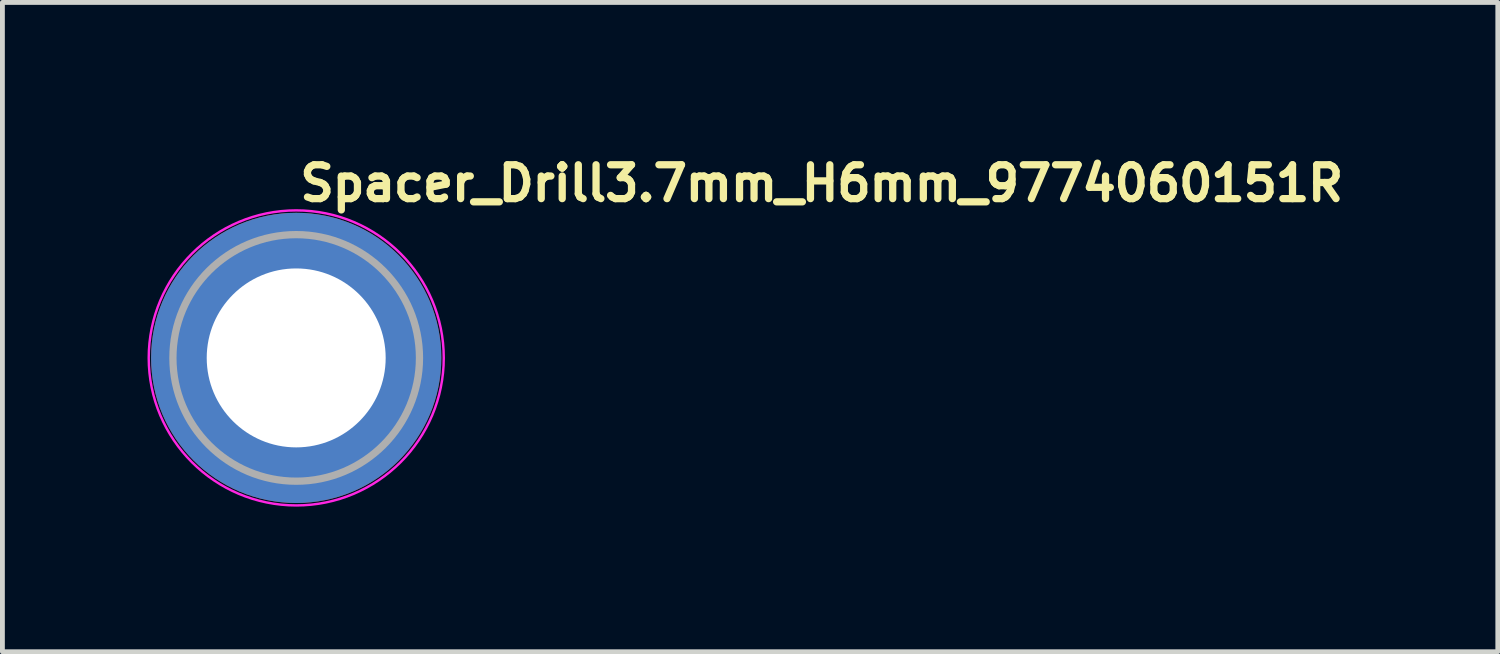
<source format=kicad_pcb>
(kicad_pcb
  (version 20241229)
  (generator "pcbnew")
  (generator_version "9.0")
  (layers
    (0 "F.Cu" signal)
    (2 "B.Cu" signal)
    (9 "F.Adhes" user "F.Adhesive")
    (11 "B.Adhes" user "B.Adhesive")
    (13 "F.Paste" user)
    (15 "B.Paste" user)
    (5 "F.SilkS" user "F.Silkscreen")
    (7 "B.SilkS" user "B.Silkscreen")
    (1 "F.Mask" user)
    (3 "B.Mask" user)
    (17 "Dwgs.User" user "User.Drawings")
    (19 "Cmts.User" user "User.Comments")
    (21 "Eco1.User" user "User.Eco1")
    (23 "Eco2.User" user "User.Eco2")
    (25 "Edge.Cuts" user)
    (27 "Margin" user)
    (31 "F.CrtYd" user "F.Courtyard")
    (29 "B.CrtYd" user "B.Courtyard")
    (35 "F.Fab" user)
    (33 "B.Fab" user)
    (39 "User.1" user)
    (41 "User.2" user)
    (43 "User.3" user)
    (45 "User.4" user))
  (footprint "Spacer_Drill3.7mm_H6mm_9774060151R"
    (layer "F.Cu")
    (at 3.075 4.35)
    (property "Reference" "Spacer_Drill3.7mm_H6mm_9774060151R" (at 0 -3.2 0) (layer "F.SilkS") (effects (font (size 0.7 0.7) (thickness 0.15)) (justify left bottom)))
    (attr smd)
    (fp_circle (center 0 0) (end 3.05 0) (stroke (width 0.05) (type solid)) (fill no) (layer "F.CrtYd"))
    (fp_circle (center -0.001 0) (end 2.548 0) (stroke (width 0.15) (type solid)) (fill no) (layer "F.Fab"))
    (fp_circle (center 0 0) (end 2.6 0) (stroke (width 0.12) (type solid)) (fill no) (layer "User.5"))
    (fp_line (start -2.551 0) (end -2.551 0) (stroke (width 0.02) (type solid)) (layer "User.9"))
    (fp_line (start -2.551 0) (end -2.548 0.131) (stroke (width 0.02) (type solid)) (layer "User.9"))
    (fp_line (start -2.548 -0.133) (end -2.551 0) (stroke (width 0.02) (type solid)) (layer "User.9"))
    (fp_line (start -2.548 0.131) (end -2.537 0.26) (stroke (width 0.02) (type solid)) (layer "User.9"))
    (fp_line (start -2.537 -0.262) (end -2.548 -0.133) (stroke (width 0.02) (type solid)) (layer "User.9"))
    (fp_line (start -2.537 0.26) (end -2.521 0.388) (stroke (width 0.02) (type solid)) (layer "User.9"))
    (fp_line (start -2.521 -0.39) (end -2.537 -0.262) (stroke (width 0.02) (type solid)) (layer "User.9"))
    (fp_line (start -2.521 0.388) (end -2.5 0.513) (stroke (width 0.02) (type solid)) (layer "User.9"))
    (fp_line (start -2.5 -0.515) (end -2.521 -0.39) (stroke (width 0.02) (type solid)) (layer "User.9"))
    (fp_line (start -2.5 0.513) (end -2.471 0.636) (stroke (width 0.02) (type solid)) (layer "User.9"))
    (fp_line (start -2.471 -0.638) (end -2.5 -0.515) (stroke (width 0.02) (type solid)) (layer "User.9"))
    (fp_line (start -2.471 0.636) (end -2.436 0.757) (stroke (width 0.02) (type solid)) (layer "User.9"))
    (fp_line (start -2.436 -0.759) (end -2.471 -0.638) (stroke (width 0.02) (type solid)) (layer "User.9"))
    (fp_line (start -2.436 0.757) (end -2.396 0.875) (stroke (width 0.02) (type solid)) (layer "User.9"))
    (fp_line (start -2.396 -0.877) (end -2.436 -0.759) (stroke (width 0.02) (type solid)) (layer "User.9"))
    (fp_line (start -2.396 0.875) (end -2.351 0.991) (stroke (width 0.02) (type solid)) (layer "User.9"))
    (fp_line (start -2.351 -0.993) (end -2.396 -0.877) (stroke (width 0.02) (type solid)) (layer "User.9"))
    (fp_line (start -2.351 0.991) (end -2.3 1.104) (stroke (width 0.02) (type solid)) (layer "User.9"))
    (fp_line (start -2.3 -1.107) (end -2.351 -0.993) (stroke (width 0.02) (type solid)) (layer "User.9"))
    (fp_line (start -2.3 1.104) (end -2.244 1.215) (stroke (width 0.02) (type solid)) (layer "User.9"))
    (fp_line (start -2.244 -1.216) (end -2.3 -1.107) (stroke (width 0.02) (type solid)) (layer "User.9"))
    (fp_line (start -2.244 1.215) (end -2.181 1.322) (stroke (width 0.02) (type solid)) (layer "User.9"))
    (fp_line (start -2.181 -1.323) (end -2.244 -1.216) (stroke (width 0.02) (type solid)) (layer "User.9"))
    (fp_line (start -2.181 1.322) (end -2.115 1.425) (stroke (width 0.02) (type solid)) (layer "User.9"))
    (fp_line (start -2.115 -1.426) (end -2.181 -1.323) (stroke (width 0.02) (type solid)) (layer "User.9"))
    (fp_line (start -2.115 1.425) (end -2.045 1.525) (stroke (width 0.02) (type solid)) (layer "User.9"))
    (fp_line (start -2.045 -1.526) (end -2.115 -1.426) (stroke (width 0.02) (type solid)) (layer "User.9"))
    (fp_line (start -2.045 1.525) (end -1.968 1.622) (stroke (width 0.02) (type solid)) (layer "User.9"))
    (fp_line (start -1.968 -1.623) (end -2.045 -1.526) (stroke (width 0.02) (type solid)) (layer "User.9"))
    (fp_line (start -1.968 1.622) (end -1.888 1.713) (stroke (width 0.02) (type solid)) (layer "User.9"))
    (fp_line (start -1.888 -1.716) (end -1.968 -1.623) (stroke (width 0.02) (type solid)) (layer "User.9"))
    (fp_line (start -1.888 1.713) (end -1.805 1.802) (stroke (width 0.02) (type solid)) (layer "User.9"))
    (fp_line (start -1.805 -1.805) (end -1.888 -1.716) (stroke (width 0.02) (type solid)) (layer "User.9"))
    (fp_line (start -1.805 1.802) (end -1.715 1.886) (stroke (width 0.02) (type solid)) (layer "User.9"))
    (fp_line (start -1.715 -1.889) (end -1.805 -1.805) (stroke (width 0.02) (type solid)) (layer "User.9"))
    (fp_line (start -1.715 1.886) (end -1.623 1.967) (stroke (width 0.02) (type solid)) (layer "User.9"))
    (fp_line (start -1.623 -1.968) (end -1.715 -1.889) (stroke (width 0.02) (type solid)) (layer "User.9"))
    (fp_line (start -1.623 1.967) (end -1.526 2.043) (stroke (width 0.02) (type solid)) (layer "User.9"))
    (fp_line (start -1.526 -2.044) (end -1.623 -1.968) (stroke (width 0.02) (type solid)) (layer "User.9"))
    (fp_line (start -1.526 2.043) (end -1.426 2.113) (stroke (width 0.02) (type solid)) (layer "User.9"))
    (fp_line (start -1.426 -2.116) (end -1.526 -2.044) (stroke (width 0.02) (type solid)) (layer "User.9"))
    (fp_line (start -1.426 2.113) (end -1.324 2.18) (stroke (width 0.02) (type solid)) (layer "User.9"))
    (fp_line (start -1.324 -2.182) (end -1.426 -2.116) (stroke (width 0.02) (type solid)) (layer "User.9"))
    (fp_line (start -1.324 2.18) (end -1.216 2.241) (stroke (width 0.02) (type solid)) (layer "User.9"))
    (fp_line (start -1.216 -2.243) (end -1.324 -2.182) (stroke (width 0.02) (type solid)) (layer "User.9"))
    (fp_line (start -1.216 2.241) (end -1.107 2.297) (stroke (width 0.02) (type solid)) (layer "User.9"))
    (fp_line (start -1.107 -2.299) (end -1.216 -2.243) (stroke (width 0.02) (type solid)) (layer "User.9"))
    (fp_line (start -1.107 2.297) (end -0.994 2.349) (stroke (width 0.02) (type solid)) (layer "User.9"))
    (fp_line (start -1.007 0) (end -1.007 0) (stroke (width 0.02) (type solid)) (layer "User.9"))
    (fp_line (start -1.007 0) (end -1.006 0.051) (stroke (width 0.02) (type solid)) (layer "User.9"))
    (fp_line (start -1.006 -0.053) (end -1.007 0) (stroke (width 0.02) (type solid)) (layer "User.9"))
    (fp_line (start -1.006 0.051) (end -1.002 0.102) (stroke (width 0.02) (type solid)) (layer "User.9"))
    (fp_line (start -1.002 -0.104) (end -1.006 -0.053) (stroke (width 0.02) (type solid)) (layer "User.9"))
    (fp_line (start -1.002 0.102) (end -0.995 0.152) (stroke (width 0.02) (type solid)) (layer "User.9"))
    (fp_line (start -0.995 -0.154) (end -1.002 -0.104) (stroke (width 0.02) (type solid)) (layer "User.9"))
    (fp_line (start -0.995 0.152) (end -0.987 0.202) (stroke (width 0.02) (type solid)) (layer "User.9"))
    (fp_line (start -0.994 -2.351) (end -1.107 -2.299) (stroke (width 0.02) (type solid)) (layer "User.9"))
    (fp_line (start -0.994 2.349) (end -0.877 2.394) (stroke (width 0.02) (type solid)) (layer "User.9"))
    (fp_line (start -0.987 -0.204) (end -0.995 -0.154) (stroke (width 0.02) (type solid)) (layer "User.9"))
    (fp_line (start -0.987 0.202) (end -0.975 0.25) (stroke (width 0.02) (type solid)) (layer "User.9"))
    (fp_line (start -0.975 -0.252) (end -0.987 -0.204) (stroke (width 0.02) (type solid)) (layer "User.9"))
    (fp_line (start -0.975 0.25) (end -0.962 0.298) (stroke (width 0.02) (type solid)) (layer "User.9"))
    (fp_line (start -0.962 -0.3) (end -0.975 -0.252) (stroke (width 0.02) (type solid)) (layer "User.9"))
    (fp_line (start -0.962 0.298) (end -0.946 0.346) (stroke (width 0.02) (type solid)) (layer "User.9"))
    (fp_line (start -0.946 -0.348) (end -0.962 -0.3) (stroke (width 0.02) (type solid)) (layer "User.9"))
    (fp_line (start -0.946 0.346) (end -0.929 0.391) (stroke (width 0.02) (type solid)) (layer "User.9"))
    (fp_line (start -0.929 -0.393) (end -0.946 -0.348) (stroke (width 0.02) (type solid)) (layer "User.9"))
    (fp_line (start -0.929 0.391) (end -0.909 0.435) (stroke (width 0.02) (type solid)) (layer "User.9"))
    (fp_line (start -0.909 -0.437) (end -0.929 -0.393) (stroke (width 0.02) (type solid)) (layer "User.9"))
    (fp_line (start -0.909 0.435) (end -0.886 0.479) (stroke (width 0.02) (type solid)) (layer "User.9"))
    (fp_line (start -0.886 -0.48) (end -0.909 -0.437) (stroke (width 0.02) (type solid)) (layer "User.9"))
    (fp_line (start -0.886 0.479) (end -0.861 0.521) (stroke (width 0.02) (type solid)) (layer "User.9"))
    (fp_line (start -0.877 -2.396) (end -0.994 -2.351) (stroke (width 0.02) (type solid)) (layer "User.9"))
    (fp_line (start -0.877 2.394) (end -0.76 2.435) (stroke (width 0.02) (type solid)) (layer "User.9"))
    (fp_line (start -0.861 -0.523) (end -0.886 -0.48) (stroke (width 0.02) (type solid)) (layer "User.9"))
    (fp_line (start -0.861 0.521) (end -0.836 0.562) (stroke (width 0.02) (type solid)) (layer "User.9"))
    (fp_line (start -0.836 -0.564) (end -0.861 -0.523) (stroke (width 0.02) (type solid)) (layer "User.9"))
    (fp_line (start -0.836 0.562) (end -0.808 0.601) (stroke (width 0.02) (type solid)) (layer "User.9"))
    (fp_line (start -0.808 -0.603) (end -0.836 -0.564) (stroke (width 0.02) (type solid)) (layer "User.9"))
    (fp_line (start -0.808 0.601) (end -0.777 0.64) (stroke (width 0.02) (type solid)) (layer "User.9"))
    (fp_line (start -0.777 -0.642) (end -0.808 -0.603) (stroke (width 0.02) (type solid)) (layer "User.9"))
    (fp_line (start -0.777 0.64) (end -0.747 0.676) (stroke (width 0.02) (type solid)) (layer "User.9"))
    (fp_line (start -0.76 -2.436) (end -0.877 -2.396) (stroke (width 0.02) (type solid)) (layer "User.9"))
    (fp_line (start -0.76 2.435) (end -0.639 2.468) (stroke (width 0.02) (type solid)) (layer "User.9"))
    (fp_line (start -0.747 -0.678) (end -0.777 -0.642) (stroke (width 0.02) (type solid)) (layer "User.9"))
    (fp_line (start -0.747 0.676) (end -0.712 0.71) (stroke (width 0.02) (type solid)) (layer "User.9"))
    (fp_line (start -0.712 -0.712) (end -0.747 -0.678) (stroke (width 0.02) (type solid)) (layer "User.9"))
    (fp_line (start -0.712 0.71) (end -0.677 0.744) (stroke (width 0.02) (type solid)) (layer "User.9"))
    (fp_line (start -0.677 -0.746) (end -0.712 -0.712) (stroke (width 0.02) (type solid)) (layer "User.9"))
    (fp_line (start -0.677 0.744) (end -0.642 0.776) (stroke (width 0.02) (type solid)) (layer "User.9"))
    (fp_line (start -0.642 -0.778) (end -0.677 -0.746) (stroke (width 0.02) (type solid)) (layer "User.9"))
    (fp_line (start -0.642 0.776) (end -0.603 0.806) (stroke (width 0.02) (type solid)) (layer "User.9"))
    (fp_line (start -0.639 -2.471) (end -0.76 -2.436) (stroke (width 0.02) (type solid)) (layer "User.9"))
    (fp_line (start -0.639 2.468) (end -0.514 2.498) (stroke (width 0.02) (type solid)) (layer "User.9"))
    (fp_line (start -0.603 -0.808) (end -0.642 -0.778) (stroke (width 0.02) (type solid)) (layer "User.9"))
    (fp_line (start -0.603 0.806) (end -0.563 0.833) (stroke (width 0.02) (type solid)) (layer "User.9"))
    (fp_line (start -0.563 -0.835) (end -0.603 -0.808) (stroke (width 0.02) (type solid)) (layer "User.9"))
    (fp_line (start -0.563 0.833) (end -0.523 0.859) (stroke (width 0.02) (type solid)) (layer "User.9"))
    (fp_line (start -0.523 -0.861) (end -0.563 -0.835) (stroke (width 0.02) (type solid)) (layer "User.9"))
    (fp_line (start -0.523 0.859) (end -0.481 0.884) (stroke (width 0.02) (type solid)) (layer "User.9"))
    (fp_line (start -0.514 -2.5) (end -0.639 -2.471) (stroke (width 0.02) (type solid)) (layer "User.9"))
    (fp_line (start -0.514 2.498) (end -0.389 2.519) (stroke (width 0.02) (type solid)) (layer "User.9"))
    (fp_line (start -0.481 -0.886) (end -0.523 -0.861) (stroke (width 0.02) (type solid)) (layer "User.9"))
    (fp_line (start -0.481 0.884) (end -0.438 0.907) (stroke (width 0.02) (type solid)) (layer "User.9"))
    (fp_line (start -0.438 -0.909) (end -0.481 -0.886) (stroke (width 0.02) (type solid)) (layer "User.9"))
    (fp_line (start -0.438 0.907) (end -0.393 0.927) (stroke (width 0.02) (type solid)) (layer "User.9"))
    (fp_line (start -0.393 -0.929) (end -0.438 -0.909) (stroke (width 0.02) (type solid)) (layer "User.9"))
    (fp_line (start -0.393 0.927) (end -0.348 0.945) (stroke (width 0.02) (type solid)) (layer "User.9"))
    (fp_line (start -0.389 -2.521) (end -0.514 -2.5) (stroke (width 0.02) (type solid)) (layer "User.9"))
    (fp_line (start -0.389 2.519) (end -0.261 2.535) (stroke (width 0.02) (type solid)) (layer "User.9"))
    (fp_line (start -0.348 -0.947) (end -0.393 -0.929) (stroke (width 0.02) (type solid)) (layer "User.9"))
    (fp_line (start -0.348 0.945) (end -0.301 0.96) (stroke (width 0.02) (type solid)) (layer "User.9"))
    (fp_line (start -0.301 -0.962) (end -0.348 -0.947) (stroke (width 0.02) (type solid)) (layer "User.9"))
    (fp_line (start -0.301 0.96) (end -0.252 0.973) (stroke (width 0.02) (type solid)) (layer "User.9"))
    (fp_line (start -0.261 -2.537) (end -0.389 -2.521) (stroke (width 0.02) (type solid)) (layer "User.9"))
    (fp_line (start -0.261 2.535) (end -0.132 2.546) (stroke (width 0.02) (type solid)) (layer "User.9"))
    (fp_line (start -0.252 -0.975) (end -0.301 -0.962) (stroke (width 0.02) (type solid)) (layer "User.9"))
    (fp_line (start -0.252 0.973) (end -0.204 0.985) (stroke (width 0.02) (type solid)) (layer "User.9"))
    (fp_line (start -0.204 -0.987) (end -0.252 -0.975) (stroke (width 0.02) (type solid)) (layer "User.9"))
    (fp_line (start -0.204 0.985) (end -0.155 0.993) (stroke (width 0.02) (type solid)) (layer "User.9"))
    (fp_line (start -0.155 -0.995) (end -0.204 -0.987) (stroke (width 0.02) (type solid)) (layer "User.9"))
    (fp_line (start -0.155 0.993) (end -0.103 1.001) (stroke (width 0.02) (type solid)) (layer "User.9"))
    (fp_line (start -0.132 -2.548) (end -0.261 -2.537) (stroke (width 0.02) (type solid)) (layer "User.9"))
    (fp_line (start -0.132 2.546) (end -0.001 2.548) (stroke (width 0.02) (type solid)) (layer "User.9"))
    (fp_line (start -0.103 -1.002) (end -0.155 -0.995) (stroke (width 0.02) (type solid)) (layer "User.9"))
    (fp_line (start -0.103 1.001) (end -0.052 1.005) (stroke (width 0.02) (type solid)) (layer "User.9"))
    (fp_line (start -0.052 -1.006) (end -0.103 -1.002) (stroke (width 0.02) (type solid)) (layer "User.9"))
    (fp_line (start -0.052 1.005) (end -0.001 1.005) (stroke (width 0.02) (type solid)) (layer "User.9"))
    (fp_line (start -0.001 -2.551) (end -0.132 -2.548) (stroke (width 0.02) (type solid)) (layer "User.9"))
    (fp_line (start -0.001 -2.551) (end -0.001 -2.551) (stroke (width 0.02) (type solid)) (layer "User.9"))
    (fp_line (start -0.001 -1.008) (end -0.052 -1.006) (stroke (width 0.02) (type solid)) (layer "User.9"))
    (fp_line (start -0.001 -1.008) (end -0.001 -1.008) (stroke (width 0.02) (type solid)) (layer "User.9"))
    (fp_line (start -0.001 1.005) (end -0.001 1.005) (stroke (width 0.02) (type solid)) (layer "User.9"))
    (fp_line (start -0.001 1.005) (end 0.05 1.005) (stroke (width 0.02) (type solid)) (layer "User.9"))
    (fp_line (start -0.001 2.548) (end -0.001 2.548) (stroke (width 0.02) (type solid)) (layer "User.9"))
    (fp_line (start -0.001 2.548) (end 0.131 2.546) (stroke (width 0.02) (type solid)) (layer "User.9"))
    (fp_line (start 0.05 -1.006) (end -0.001 -1.008) (stroke (width 0.02) (type solid)) (layer "User.9"))
    (fp_line (start 0.05 1.005) (end 0.102 1.001) (stroke (width 0.02) (type solid)) (layer "User.9"))
    (fp_line (start 0.102 -1.002) (end 0.05 -1.006) (stroke (width 0.02) (type solid)) (layer "User.9"))
    (fp_line (start 0.102 1.001) (end 0.152 0.993) (stroke (width 0.02) (type solid)) (layer "User.9"))
    (fp_line (start 0.131 -2.548) (end -0.001 -2.551) (stroke (width 0.02) (type solid)) (layer "User.9"))
    (fp_line (start 0.131 2.546) (end 0.26 2.535) (stroke (width 0.02) (type solid)) (layer "User.9"))
    (fp_line (start 0.152 -0.995) (end 0.102 -1.002) (stroke (width 0.02) (type solid)) (layer "User.9"))
    (fp_line (start 0.152 0.993) (end 0.202 0.985) (stroke (width 0.02) (type solid)) (layer "User.9"))
    (fp_line (start 0.202 -0.987) (end 0.152 -0.995) (stroke (width 0.02) (type solid)) (layer "User.9"))
    (fp_line (start 0.202 0.985) (end 0.251 0.973) (stroke (width 0.02) (type solid)) (layer "User.9"))
    (fp_line (start 0.251 -0.975) (end 0.202 -0.987) (stroke (width 0.02) (type solid)) (layer "User.9"))
    (fp_line (start 0.251 0.973) (end 0.299 0.96) (stroke (width 0.02) (type solid)) (layer "User.9"))
    (fp_line (start 0.26 -2.537) (end 0.131 -2.548) (stroke (width 0.02) (type solid)) (layer "User.9"))
    (fp_line (start 0.26 2.535) (end 0.388 2.519) (stroke (width 0.02) (type solid)) (layer "User.9"))
    (fp_line (start 0.299 -0.962) (end 0.251 -0.975) (stroke (width 0.02) (type solid)) (layer "User.9"))
    (fp_line (start 0.299 0.96) (end 0.345 0.945) (stroke (width 0.02) (type solid)) (layer "User.9"))
    (fp_line (start 0.345 -0.947) (end 0.299 -0.962) (stroke (width 0.02) (type solid)) (layer "User.9"))
    (fp_line (start 0.345 0.945) (end 0.39 0.927) (stroke (width 0.02) (type solid)) (layer "User.9"))
    (fp_line (start 0.388 -2.521) (end 0.26 -2.537) (stroke (width 0.02) (type solid)) (layer "User.9"))
    (fp_line (start 0.388 2.519) (end 0.512 2.498) (stroke (width 0.02) (type solid)) (layer "User.9"))
    (fp_line (start 0.39 -0.929) (end 0.345 -0.947) (stroke (width 0.02) (type solid)) (layer "User.9"))
    (fp_line (start 0.39 0.927) (end 0.435 0.907) (stroke (width 0.02) (type solid)) (layer "User.9"))
    (fp_line (start 0.435 -0.909) (end 0.39 -0.929) (stroke (width 0.02) (type solid)) (layer "User.9"))
    (fp_line (start 0.435 0.907) (end 0.479 0.884) (stroke (width 0.02) (type solid)) (layer "User.9"))
    (fp_line (start 0.479 -0.886) (end 0.435 -0.909) (stroke (width 0.02) (type solid)) (layer "User.9"))
    (fp_line (start 0.479 0.884) (end 0.52 0.859) (stroke (width 0.02) (type solid)) (layer "User.9"))
    (fp_line (start 0.512 -2.5) (end 0.388 -2.521) (stroke (width 0.02) (type solid)) (layer "User.9"))
    (fp_line (start 0.512 2.498) (end 0.637 2.468) (stroke (width 0.02) (type solid)) (layer "User.9"))
    (fp_line (start 0.52 -0.861) (end 0.479 -0.886) (stroke (width 0.02) (type solid)) (layer "User.9"))
    (fp_line (start 0.52 0.859) (end 0.562 0.833) (stroke (width 0.02) (type solid)) (layer "User.9"))
    (fp_line (start 0.562 -0.835) (end 0.52 -0.861) (stroke (width 0.02) (type solid)) (layer "User.9"))
    (fp_line (start 0.562 0.833) (end 0.602 0.806) (stroke (width 0.02) (type solid)) (layer "User.9"))
    (fp_line (start 0.602 -0.808) (end 0.562 -0.835) (stroke (width 0.02) (type solid)) (layer "User.9"))
    (fp_line (start 0.602 0.806) (end 0.639 0.776) (stroke (width 0.02) (type solid)) (layer "User.9"))
    (fp_line (start 0.637 -2.471) (end 0.512 -2.5) (stroke (width 0.02) (type solid)) (layer "User.9"))
    (fp_line (start 0.637 2.468) (end 0.757 2.435) (stroke (width 0.02) (type solid)) (layer "User.9"))
    (fp_line (start 0.639 -0.778) (end 0.602 -0.808) (stroke (width 0.02) (type solid)) (layer "User.9"))
    (fp_line (start 0.639 0.776) (end 0.675 0.744) (stroke (width 0.02) (type solid)) (layer "User.9"))
    (fp_line (start 0.675 -0.746) (end 0.639 -0.778) (stroke (width 0.02) (type solid)) (layer "User.9"))
    (fp_line (start 0.675 0.744) (end 0.711 0.71) (stroke (width 0.02) (type solid)) (layer "User.9"))
    (fp_line (start 0.711 -0.712) (end 0.675 -0.746) (stroke (width 0.02) (type solid)) (layer "User.9"))
    (fp_line (start 0.711 0.71) (end 0.745 0.676) (stroke (width 0.02) (type solid)) (layer "User.9"))
    (fp_line (start 0.745 -0.678) (end 0.711 -0.712) (stroke (width 0.02) (type solid)) (layer "User.9"))
    (fp_line (start 0.745 0.676) (end 0.776 0.64) (stroke (width 0.02) (type solid)) (layer "User.9"))
    (fp_line (start 0.757 -2.436) (end 0.637 -2.471) (stroke (width 0.02) (type solid)) (layer "User.9"))
    (fp_line (start 0.757 2.435) (end 0.876 2.394) (stroke (width 0.02) (type solid)) (layer "User.9"))
    (fp_line (start 0.776 -0.642) (end 0.745 -0.678) (stroke (width 0.02) (type solid)) (layer "User.9"))
    (fp_line (start 0.776 0.64) (end 0.806 0.601) (stroke (width 0.02) (type solid)) (layer "User.9"))
    (fp_line (start 0.806 -0.603) (end 0.776 -0.642) (stroke (width 0.02) (type solid)) (layer "User.9"))
    (fp_line (start 0.806 0.601) (end 0.834 0.562) (stroke (width 0.02) (type solid)) (layer "User.9"))
    (fp_line (start 0.834 -0.564) (end 0.806 -0.603) (stroke (width 0.02) (type solid)) (layer "User.9"))
    (fp_line (start 0.834 0.562) (end 0.86 0.521) (stroke (width 0.02) (type solid)) (layer "User.9"))
    (fp_line (start 0.86 -0.523) (end 0.834 -0.564) (stroke (width 0.02) (type solid)) (layer "User.9"))
    (fp_line (start 0.86 0.521) (end 0.884 0.479) (stroke (width 0.02) (type solid)) (layer "User.9"))
    (fp_line (start 0.876 -2.396) (end 0.757 -2.436) (stroke (width 0.02) (type solid)) (layer "User.9"))
    (fp_line (start 0.876 2.394) (end 0.991 2.349) (stroke (width 0.02) (type solid)) (layer "User.9"))
    (fp_line (start 0.884 -0.48) (end 0.86 -0.523) (stroke (width 0.02) (type solid)) (layer "User.9"))
    (fp_line (start 0.884 0.479) (end 0.907 0.435) (stroke (width 0.02) (type solid)) (layer "User.9"))
    (fp_line (start 0.907 -0.437) (end 0.884 -0.48) (stroke (width 0.02) (type solid)) (layer "User.9"))
    (fp_line (start 0.907 0.435) (end 0.927 0.391) (stroke (width 0.02) (type solid)) (layer "User.9"))
    (fp_line (start 0.927 -0.393) (end 0.907 -0.437) (stroke (width 0.02) (type solid)) (layer "User.9"))
    (fp_line (start 0.927 0.391) (end 0.945 0.346) (stroke (width 0.02) (type solid)) (layer "User.9"))
    (fp_line (start 0.945 -0.348) (end 0.927 -0.393) (stroke (width 0.02) (type solid)) (layer "User.9"))
    (fp_line (start 0.945 0.346) (end 0.961 0.298) (stroke (width 0.02) (type solid)) (layer "User.9"))
    (fp_line (start 0.961 -0.3) (end 0.945 -0.348) (stroke (width 0.02) (type solid)) (layer "User.9"))
    (fp_line (start 0.961 0.298) (end 0.973 0.25) (stroke (width 0.02) (type solid)) (layer "User.9"))
    (fp_line (start 0.973 -0.252) (end 0.961 -0.3) (stroke (width 0.02) (type solid)) (layer "User.9"))
    (fp_line (start 0.973 0.25) (end 0.985 0.202) (stroke (width 0.02) (type solid)) (layer "User.9"))
    (fp_line (start 0.985 -0.204) (end 0.973 -0.252) (stroke (width 0.02) (type solid)) (layer "User.9"))
    (fp_line (start 0.985 0.202) (end 0.993 0.152) (stroke (width 0.02) (type solid)) (layer "User.9"))
    (fp_line (start 0.991 -2.351) (end 0.876 -2.396) (stroke (width 0.02) (type solid)) (layer "User.9"))
    (fp_line (start 0.991 2.349) (end 1.104 2.297) (stroke (width 0.02) (type solid)) (layer "User.9"))
    (fp_line (start 0.993 -0.154) (end 0.985 -0.204) (stroke (width 0.02) (type solid)) (layer "User.9"))
    (fp_line (start 0.993 0.152) (end 1.001 0.102) (stroke (width 0.02) (type solid)) (layer "User.9"))
    (fp_line (start 1.001 -0.104) (end 0.993 -0.154) (stroke (width 0.02) (type solid)) (layer "User.9"))
    (fp_line (start 1.001 0.102) (end 1.005 0.051) (stroke (width 0.02) (type solid)) (layer "User.9"))
    (fp_line (start 1.005 -0.053) (end 1.001 -0.104) (stroke (width 0.02) (type solid)) (layer "User.9"))
    (fp_line (start 1.005 0) (end 1.005 -0.053) (stroke (width 0.02) (type solid)) (layer "User.9"))
    (fp_line (start 1.005 0) (end 1.005 0) (stroke (width 0.02) (type solid)) (layer "User.9"))
    (fp_line (start 1.005 0) (end 1.005 0) (stroke (width 0.02) (type solid)) (layer "User.9"))
    (fp_line (start 1.005 0.051) (end 1.005 0) (stroke (width 0.02) (type solid)) (layer "User.9"))
    (fp_line (start 1.104 -2.299) (end 0.991 -2.351) (stroke (width 0.02) (type solid)) (layer "User.9"))
    (fp_line (start 1.104 2.297) (end 1.215 2.241) (stroke (width 0.02) (type solid)) (layer "User.9"))
    (fp_line (start 1.215 -2.243) (end 1.104 -2.299) (stroke (width 0.02) (type solid)) (layer "User.9"))
    (fp_line (start 1.215 2.241) (end 1.322 2.18) (stroke (width 0.02) (type solid)) (layer "User.9"))
    (fp_line (start 1.322 -2.182) (end 1.215 -2.243) (stroke (width 0.02) (type solid)) (layer "User.9"))
    (fp_line (start 1.322 2.18) (end 1.425 2.113) (stroke (width 0.02) (type solid)) (layer "User.9"))
    (fp_line (start 1.425 -2.116) (end 1.322 -2.182) (stroke (width 0.02) (type solid)) (layer "User.9"))
    (fp_line (start 1.425 2.113) (end 1.524 2.043) (stroke (width 0.02) (type solid)) (layer "User.9"))
    (fp_line (start 1.524 -2.044) (end 1.425 -2.116) (stroke (width 0.02) (type solid)) (layer "User.9"))
    (fp_line (start 1.524 2.043) (end 1.621 1.967) (stroke (width 0.02) (type solid)) (layer "User.9"))
    (fp_line (start 1.621 -1.968) (end 1.524 -2.044) (stroke (width 0.02) (type solid)) (layer "User.9"))
    (fp_line (start 1.621 1.967) (end 1.714 1.886) (stroke (width 0.02) (type solid)) (layer "User.9"))
    (fp_line (start 1.714 -1.889) (end 1.621 -1.968) (stroke (width 0.02) (type solid)) (layer "User.9"))
    (fp_line (start 1.714 1.886) (end 1.803 1.802) (stroke (width 0.02) (type solid)) (layer "User.9"))
    (fp_line (start 1.803 -1.805) (end 1.714 -1.889) (stroke (width 0.02) (type solid)) (layer "User.9"))
    (fp_line (start 1.803 1.802) (end 1.886 1.713) (stroke (width 0.02) (type solid)) (layer "User.9"))
    (fp_line (start 1.886 -1.716) (end 1.803 -1.805) (stroke (width 0.02) (type solid)) (layer "User.9"))
    (fp_line (start 1.886 1.713) (end 1.966 1.622) (stroke (width 0.02) (type solid)) (layer "User.9"))
    (fp_line (start 1.966 -1.623) (end 1.886 -1.716) (stroke (width 0.02) (type solid)) (layer "User.9"))
    (fp_line (start 1.966 1.622) (end 2.043 1.525) (stroke (width 0.02) (type solid)) (layer "User.9"))
    (fp_line (start 2.043 -1.526) (end 1.966 -1.623) (stroke (width 0.02) (type solid)) (layer "User.9"))
    (fp_line (start 2.043 1.525) (end 2.114 1.425) (stroke (width 0.02) (type solid)) (layer "User.9"))
    (fp_line (start 2.114 -1.426) (end 2.043 -1.526) (stroke (width 0.02) (type solid)) (layer "User.9"))
    (fp_line (start 2.114 1.425) (end 2.18 1.322) (stroke (width 0.02) (type solid)) (layer "User.9"))
    (fp_line (start 2.18 -1.323) (end 2.114 -1.426) (stroke (width 0.02) (type solid)) (layer "User.9"))
    (fp_line (start 2.18 1.322) (end 2.242 1.215) (stroke (width 0.02) (type solid)) (layer "User.9"))
    (fp_line (start 2.242 -1.216) (end 2.18 -1.323) (stroke (width 0.02) (type solid)) (layer "User.9"))
    (fp_line (start 2.242 1.215) (end 2.298 1.104) (stroke (width 0.02) (type solid)) (layer "User.9"))
    (fp_line (start 2.298 -1.107) (end 2.242 -1.216) (stroke (width 0.02) (type solid)) (layer "User.9"))
    (fp_line (start 2.298 1.104) (end 2.349 0.991) (stroke (width 0.02) (type solid)) (layer "User.9"))
    (fp_line (start 2.349 -0.993) (end 2.298 -1.107) (stroke (width 0.02) (type solid)) (layer "User.9"))
    (fp_line (start 2.349 0.991) (end 2.395 0.875) (stroke (width 0.02) (type solid)) (layer "User.9"))
    (fp_line (start 2.395 -0.877) (end 2.349 -0.993) (stroke (width 0.02) (type solid)) (layer "User.9"))
    (fp_line (start 2.395 0.875) (end 2.435 0.757) (stroke (width 0.02) (type solid)) (layer "User.9"))
    (fp_line (start 2.435 -0.759) (end 2.395 -0.877) (stroke (width 0.02) (type solid)) (layer "User.9"))
    (fp_line (start 2.435 0.757) (end 2.468 0.636) (stroke (width 0.02) (type solid)) (layer "User.9"))
    (fp_line (start 2.468 -0.638) (end 2.435 -0.759) (stroke (width 0.02) (type solid)) (layer "User.9"))
    (fp_line (start 2.468 0.636) (end 2.497 0.513) (stroke (width 0.02) (type solid)) (layer "User.9"))
    (fp_line (start 2.497 -0.515) (end 2.468 -0.638) (stroke (width 0.02) (type solid)) (layer "User.9"))
    (fp_line (start 2.497 0.513) (end 2.519 0.388) (stroke (width 0.02) (type solid)) (layer "User.9"))
    (fp_line (start 2.519 -0.39) (end 2.497 -0.515) (stroke (width 0.02) (type solid)) (layer "User.9"))
    (fp_line (start 2.519 0.388) (end 2.535 0.26) (stroke (width 0.02) (type solid)) (layer "User.9"))
    (fp_line (start 2.535 -0.262) (end 2.519 -0.39) (stroke (width 0.02) (type solid)) (layer "User.9"))
    (fp_line (start 2.535 0.26) (end 2.545 0.131) (stroke (width 0.02) (type solid)) (layer "User.9"))
    (fp_line (start 2.545 -0.133) (end 2.535 -0.262) (stroke (width 0.02) (type solid)) (layer "User.9"))
    (fp_line (start 2.545 0.131) (end 2.548 0) (stroke (width 0.02) (type solid)) (layer "User.9"))
    (fp_line (start 2.548 0) (end 2.545 -0.133) (stroke (width 0.02) (type solid)) (layer "User.9"))
    (fp_line (start 2.548 0) (end 2.548 0) (stroke (width 0.02) (type solid)) (layer "User.9"))
    (fp_line (start 2.548 0) (end 2.548 0) (stroke (width 0.02) (type solid)) (layer "User.9"))
    (pad "" smd custom (at -1.71 -1.71) (size 0.62 0.62) (layers "F.Paste") (options (anchor circle)) (primitives (gr_arc (start -0.250195 1.279127) (mid 0.285453 0.294389) (end 1.266786 -0.24747) (width 0.2)) (gr_arc (start -0.34334 1.279127) (mid 0.218448 0.232561) (end 1.259603 -0.339191) (width 0.2)) (gr_arc (start -0.436309 1.279127) (mid 0.152481 0.169693) (end 1.255279 -0.431435) (width 0.2)) (gr_arc (start -0.529126 1.279127) (mid 0.087542 0.105784) (end 1.253811 -0.524161) (width 0.2)) (gr_arc (start -0.621807 1.279127) (mid 0.0309 0.033527) (end 1.275473 -0.621136) (width 0.2)) (gr_arc (start -0.71437 1.279127) (mid -0.037758 -0.026651) (end 1.263664 -0.711602) (width 0.2)) (gr_arc (start -0.806826 1.279127) (mid -0.105837 -0.087395) (end 1.253435 -0.802342) (width 0.2)) (gr_arc (start -0.899187 1.279127) (mid -0.165236 -0.156885) (end 1.267475 -0.897258) (width 0.2)) (gr_arc (start -0.991463 1.279127) (mid -0.228522 -0.222449) (end 1.270645 -0.990112) (width 0.2)) (gr_arc (start -1.083663 1.279127) (mid -0.294507 -0.285313) (end 1.266278 -1.081674) (width 0.2)) (gr_line (start 1.279 -0.25) (end 1.279 -1.084) (width 0.2)) (gr_line (start -0.25 1.279) (end -1.084 1.279) (width 0.2))))
    (pad "" smd custom (at -1.71 1.699 90) (size 0.62 0.62) (layers "F.Paste") (options (anchor circle)) (primitives (gr_arc (start -0.250195 1.279127) (mid 0.285453 0.294389) (end 1.266786 -0.24747) (width 0.2)) (gr_arc (start -0.34334 1.279127) (mid 0.218448 0.232561) (end 1.259603 -0.339191) (width 0.2)) (gr_arc (start -0.436309 1.279127) (mid 0.152481 0.169693) (end 1.255279 -0.431435) (width 0.2)) (gr_arc (start -0.529126 1.279127) (mid 0.087542 0.105784) (end 1.253811 -0.524161) (width 0.2)) (gr_arc (start -0.621807 1.279127) (mid 0.0309 0.033527) (end 1.275473 -0.621136) (width 0.2)) (gr_arc (start -0.71437 1.279127) (mid -0.037758 -0.026651) (end 1.263664 -0.711602) (width 0.2)) (gr_arc (start -0.806826 1.279127) (mid -0.105837 -0.087395) (end 1.253435 -0.802342) (width 0.2)) (gr_arc (start -0.899187 1.279127) (mid -0.165236 -0.156885) (end 1.267475 -0.897258) (width 0.2)) (gr_arc (start -0.991463 1.279127) (mid -0.228522 -0.222449) (end 1.270645 -0.990112) (width 0.2)) (gr_arc (start -1.083663 1.279127) (mid -0.294507 -0.285313) (end 1.266278 -1.081674) (width 0.2)) (gr_line (start 1.279 -0.25) (end 1.279 -1.084) (width 0.2)) (gr_line (start -0.25 1.279) (end -1.084 1.279) (width 0.2))))
    (pad "" smd custom (at 1.699 -1.71 270) (size 0.62 0.62) (layers "F.Paste") (options (anchor circle)) (primitives (gr_arc (start -0.250195 1.279127) (mid 0.285453 0.294389) (end 1.266786 -0.24747) (width 0.2)) (gr_arc (start -0.34334 1.279127) (mid 0.218448 0.232561) (end 1.259603 -0.339191) (width 0.2)) (gr_arc (start -0.436309 1.279127) (mid 0.152481 0.169693) (end 1.255279 -0.431435) (width 0.2)) (gr_arc (start -0.529126 1.279127) (mid 0.087542 0.105784) (end 1.253811 -0.524161) (width 0.2)) (gr_arc (start -0.621807 1.279127) (mid 0.0309 0.033527) (end 1.275473 -0.621136) (width 0.2)) (gr_arc (start -0.71437 1.279127) (mid -0.037758 -0.026651) (end 1.263664 -0.711602) (width 0.2)) (gr_arc (start -0.806826 1.279127) (mid -0.105837 -0.087395) (end 1.253435 -0.802342) (width 0.2)) (gr_arc (start -0.899187 1.279127) (mid -0.165236 -0.156885) (end 1.267475 -0.897258) (width 0.2)) (gr_arc (start -0.991463 1.279127) (mid -0.228522 -0.222449) (end 1.270645 -0.990112) (width 0.2)) (gr_arc (start -1.083663 1.279127) (mid -0.294507 -0.285313) (end 1.266278 -1.081674) (width 0.2)) (gr_line (start 1.279 -0.25) (end 1.279 -1.084) (width 0.2)) (gr_line (start -0.25 1.279) (end -1.084 1.279) (width 0.2))))
    (pad "" smd custom (at 1.699 1.699 180) (size 0.62 0.62) (layers "F.Paste") (options (anchor circle)) (primitives (gr_arc (start -0.250195 1.279127) (mid 0.285453 0.294389) (end 1.266786 -0.24747) (width 0.2)) (gr_arc (start -0.34334 1.279127) (mid 0.218448 0.232561) (end 1.259603 -0.339191) (width 0.2)) (gr_arc (start -0.436309 1.279127) (mid 0.152481 0.169693) (end 1.255279 -0.431435) (width 0.2)) (gr_arc (start -0.529126 1.279127) (mid 0.087542 0.105784) (end 1.253811 -0.524161) (width 0.2)) (gr_arc (start -0.621807 1.279127) (mid 0.0309 0.033527) (end 1.275473 -0.621136) (width 0.2)) (gr_arc (start -0.71437 1.279127) (mid -0.037758 -0.026651) (end 1.263664 -0.711602) (width 0.2)) (gr_arc (start -0.806826 1.279127) (mid -0.105837 -0.087395) (end 1.253435 -0.802342) (width 0.2)) (gr_arc (start -0.899187 1.279127) (mid -0.165236 -0.156885) (end 1.267475 -0.897258) (width 0.2)) (gr_arc (start -0.991463 1.279127) (mid -0.228522 -0.222449) (end 1.270645 -0.990112) (width 0.2)) (gr_arc (start -1.083663 1.279127) (mid -0.294507 -0.285313) (end 1.266278 -1.081674) (width 0.2)) (gr_line (start 1.279 -0.25) (end 1.279 -1.084) (width 0.2)) (gr_line (start -0.25 1.279) (end -1.084 1.279) (width 0.2))))
    (pad "1" thru_hole circle (at -0.001 0) (size 6 6) (drill 3.7) (layers "*.Cu" "*.Mask")))
  (gr_rect
    (start -3 -3)
    (end 27.918 10.425)
    (stroke (width 0.1) (type default))
    (fill no)
    (layer "Edge.Cuts")))
</source>
